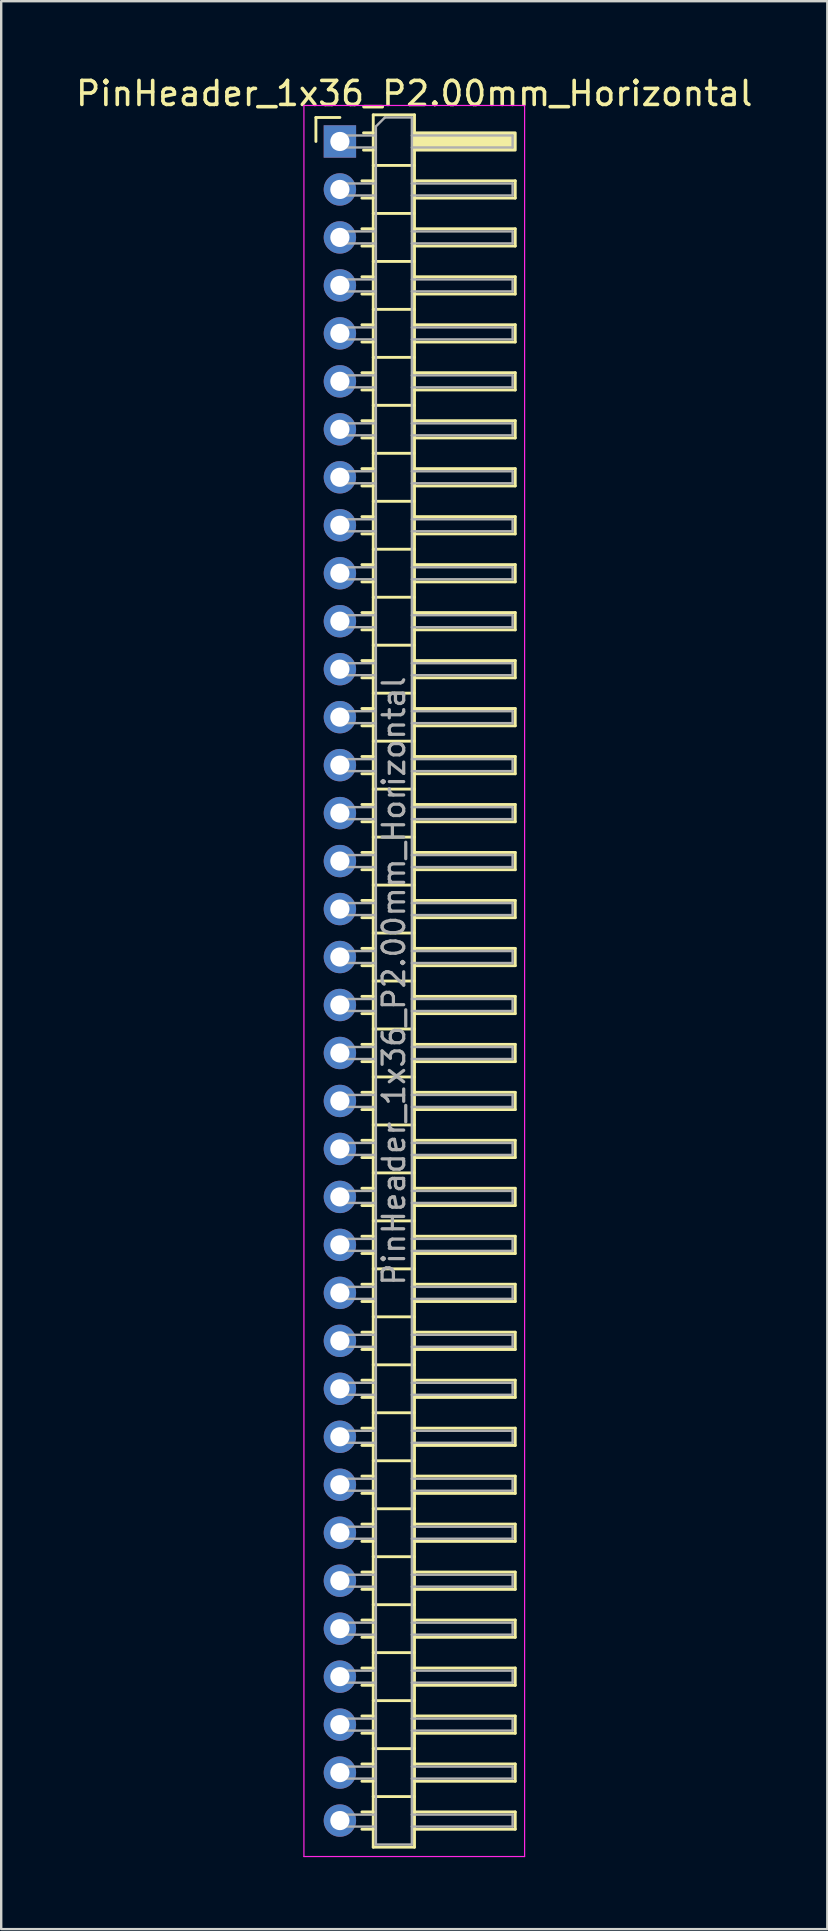
<source format=kicad_pcb>
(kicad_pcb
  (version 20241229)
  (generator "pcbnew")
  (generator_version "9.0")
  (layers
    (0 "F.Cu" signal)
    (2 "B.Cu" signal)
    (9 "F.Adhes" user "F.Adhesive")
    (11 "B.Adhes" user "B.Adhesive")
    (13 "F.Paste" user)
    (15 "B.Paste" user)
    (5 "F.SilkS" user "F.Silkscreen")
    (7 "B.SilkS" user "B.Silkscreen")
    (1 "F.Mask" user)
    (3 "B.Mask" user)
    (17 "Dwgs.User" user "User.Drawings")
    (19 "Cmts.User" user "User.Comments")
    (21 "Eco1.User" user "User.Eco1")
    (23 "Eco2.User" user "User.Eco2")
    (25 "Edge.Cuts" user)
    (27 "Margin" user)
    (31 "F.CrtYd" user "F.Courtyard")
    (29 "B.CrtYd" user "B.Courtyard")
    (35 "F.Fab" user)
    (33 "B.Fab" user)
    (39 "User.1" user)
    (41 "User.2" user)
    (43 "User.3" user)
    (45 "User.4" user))
  (footprint "PinHeader_1x36_P2.00mm_Horizontal"
    (layer "F.Cu")
    (at 11.12 2.848)
    (property "Reference" "PinHeader_1x36_P2.00mm_Horizontal" (at 3.1 -2 0) (layer "F.SilkS") (effects (font (size 1 1) (thickness 0.15))))
    (attr through_hole)
    (fp_line (start -1 -1) (end 0 -1) (stroke (width 0.12) (type solid)) (layer "F.SilkS"))
    (fp_line (start -1 0) (end -1 -1) (stroke (width 0.12) (type solid)) (layer "F.SilkS"))
    (fp_line (start 0.917 1.64) (end 1.39 1.64) (stroke (width 0.12) (type solid)) (layer "F.SilkS"))
    (fp_line (start 0.917 2.36) (end 1.39 2.36) (stroke (width 0.12) (type solid)) (layer "F.SilkS"))
    (fp_line (start 0.917 3.64) (end 1.39 3.64) (stroke (width 0.12) (type solid)) (layer "F.SilkS"))
    (fp_line (start 0.917 4.36) (end 1.39 4.36) (stroke (width 0.12) (type solid)) (layer "F.SilkS"))
    (fp_line (start 0.917 5.64) (end 1.39 5.64) (stroke (width 0.12) (type solid)) (layer "F.SilkS"))
    (fp_line (start 0.917 6.36) (end 1.39 6.36) (stroke (width 0.12) (type solid)) (layer "F.SilkS"))
    (fp_line (start 0.917 7.64) (end 1.39 7.64) (stroke (width 0.12) (type solid)) (layer "F.SilkS"))
    (fp_line (start 0.917 8.36) (end 1.39 8.36) (stroke (width 0.12) (type solid)) (layer "F.SilkS"))
    (fp_line (start 0.917 9.64) (end 1.39 9.64) (stroke (width 0.12) (type solid)) (layer "F.SilkS"))
    (fp_line (start 0.917 10.36) (end 1.39 10.36) (stroke (width 0.12) (type solid)) (layer "F.SilkS"))
    (fp_line (start 0.917 11.64) (end 1.39 11.64) (stroke (width 0.12) (type solid)) (layer "F.SilkS"))
    (fp_line (start 0.917 12.36) (end 1.39 12.36) (stroke (width 0.12) (type solid)) (layer "F.SilkS"))
    (fp_line (start 0.917 13.64) (end 1.39 13.64) (stroke (width 0.12) (type solid)) (layer "F.SilkS"))
    (fp_line (start 0.917 14.36) (end 1.39 14.36) (stroke (width 0.12) (type solid)) (layer "F.SilkS"))
    (fp_line (start 0.917 15.64) (end 1.39 15.64) (stroke (width 0.12) (type solid)) (layer "F.SilkS"))
    (fp_line (start 0.917 16.36) (end 1.39 16.36) (stroke (width 0.12) (type solid)) (layer "F.SilkS"))
    (fp_line (start 0.917 17.64) (end 1.39 17.64) (stroke (width 0.12) (type solid)) (layer "F.SilkS"))
    (fp_line (start 0.917 18.36) (end 1.39 18.36) (stroke (width 0.12) (type solid)) (layer "F.SilkS"))
    (fp_line (start 0.917 19.64) (end 1.39 19.64) (stroke (width 0.12) (type solid)) (layer "F.SilkS"))
    (fp_line (start 0.917 20.36) (end 1.39 20.36) (stroke (width 0.12) (type solid)) (layer "F.SilkS"))
    (fp_line (start 0.917 21.64) (end 1.39 21.64) (stroke (width 0.12) (type solid)) (layer "F.SilkS"))
    (fp_line (start 0.917 22.36) (end 1.39 22.36) (stroke (width 0.12) (type solid)) (layer "F.SilkS"))
    (fp_line (start 0.917 23.64) (end 1.39 23.64) (stroke (width 0.12) (type solid)) (layer "F.SilkS"))
    (fp_line (start 0.917 24.36) (end 1.39 24.36) (stroke (width 0.12) (type solid)) (layer "F.SilkS"))
    (fp_line (start 0.917 25.64) (end 1.39 25.64) (stroke (width 0.12) (type solid)) (layer "F.SilkS"))
    (fp_line (start 0.917 26.36) (end 1.39 26.36) (stroke (width 0.12) (type solid)) (layer "F.SilkS"))
    (fp_line (start 0.917 27.64) (end 1.39 27.64) (stroke (width 0.12) (type solid)) (layer "F.SilkS"))
    (fp_line (start 0.917 28.36) (end 1.39 28.36) (stroke (width 0.12) (type solid)) (layer "F.SilkS"))
    (fp_line (start 0.917 29.64) (end 1.39 29.64) (stroke (width 0.12) (type solid)) (layer "F.SilkS"))
    (fp_line (start 0.917 30.36) (end 1.39 30.36) (stroke (width 0.12) (type solid)) (layer "F.SilkS"))
    (fp_line (start 0.917 31.64) (end 1.39 31.64) (stroke (width 0.12) (type solid)) (layer "F.SilkS"))
    (fp_line (start 0.917 32.36) (end 1.39 32.36) (stroke (width 0.12) (type solid)) (layer "F.SilkS"))
    (fp_line (start 0.917 33.64) (end 1.39 33.64) (stroke (width 0.12) (type solid)) (layer "F.SilkS"))
    (fp_line (start 0.917 34.36) (end 1.39 34.36) (stroke (width 0.12) (type solid)) (layer "F.SilkS"))
    (fp_line (start 0.917 35.64) (end 1.39 35.64) (stroke (width 0.12) (type solid)) (layer "F.SilkS"))
    (fp_line (start 0.917 36.36) (end 1.39 36.36) (stroke (width 0.12) (type solid)) (layer "F.SilkS"))
    (fp_line (start 0.917 37.64) (end 1.39 37.64) (stroke (width 0.12) (type solid)) (layer "F.SilkS"))
    (fp_line (start 0.917 38.36) (end 1.39 38.36) (stroke (width 0.12) (type solid)) (layer "F.SilkS"))
    (fp_line (start 0.917 39.64) (end 1.39 39.64) (stroke (width 0.12) (type solid)) (layer "F.SilkS"))
    (fp_line (start 0.917 40.36) (end 1.39 40.36) (stroke (width 0.12) (type solid)) (layer "F.SilkS"))
    (fp_line (start 0.917 41.64) (end 1.39 41.64) (stroke (width 0.12) (type solid)) (layer "F.SilkS"))
    (fp_line (start 0.917 42.36) (end 1.39 42.36) (stroke (width 0.12) (type solid)) (layer "F.SilkS"))
    (fp_line (start 0.917 43.64) (end 1.39 43.64) (stroke (width 0.12) (type solid)) (layer "F.SilkS"))
    (fp_line (start 0.917 44.36) (end 1.39 44.36) (stroke (width 0.12) (type solid)) (layer "F.SilkS"))
    (fp_line (start 0.917 45.64) (end 1.39 45.64) (stroke (width 0.12) (type solid)) (layer "F.SilkS"))
    (fp_line (start 0.917 46.36) (end 1.39 46.36) (stroke (width 0.12) (type solid)) (layer "F.SilkS"))
    (fp_line (start 0.917 47.64) (end 1.39 47.64) (stroke (width 0.12) (type solid)) (layer "F.SilkS"))
    (fp_line (start 0.917 48.36) (end 1.39 48.36) (stroke (width 0.12) (type solid)) (layer "F.SilkS"))
    (fp_line (start 0.917 49.64) (end 1.39 49.64) (stroke (width 0.12) (type solid)) (layer "F.SilkS"))
    (fp_line (start 0.917 50.36) (end 1.39 50.36) (stroke (width 0.12) (type solid)) (layer "F.SilkS"))
    (fp_line (start 0.917 51.64) (end 1.39 51.64) (stroke (width 0.12) (type solid)) (layer "F.SilkS"))
    (fp_line (start 0.917 52.36) (end 1.39 52.36) (stroke (width 0.12) (type solid)) (layer "F.SilkS"))
    (fp_line (start 0.917 53.64) (end 1.39 53.64) (stroke (width 0.12) (type solid)) (layer "F.SilkS"))
    (fp_line (start 0.917 54.36) (end 1.39 54.36) (stroke (width 0.12) (type solid)) (layer "F.SilkS"))
    (fp_line (start 0.917 55.64) (end 1.39 55.64) (stroke (width 0.12) (type solid)) (layer "F.SilkS"))
    (fp_line (start 0.917 56.36) (end 1.39 56.36) (stroke (width 0.12) (type solid)) (layer "F.SilkS"))
    (fp_line (start 0.917 57.64) (end 1.39 57.64) (stroke (width 0.12) (type solid)) (layer "F.SilkS"))
    (fp_line (start 0.917 58.36) (end 1.39 58.36) (stroke (width 0.12) (type solid)) (layer "F.SilkS"))
    (fp_line (start 0.917 59.64) (end 1.39 59.64) (stroke (width 0.12) (type solid)) (layer "F.SilkS"))
    (fp_line (start 0.917 60.36) (end 1.39 60.36) (stroke (width 0.12) (type solid)) (layer "F.SilkS"))
    (fp_line (start 0.917 61.64) (end 1.39 61.64) (stroke (width 0.12) (type solid)) (layer "F.SilkS"))
    (fp_line (start 0.917 62.36) (end 1.39 62.36) (stroke (width 0.12) (type solid)) (layer "F.SilkS"))
    (fp_line (start 0.917 63.64) (end 1.39 63.64) (stroke (width 0.12) (type solid)) (layer "F.SilkS"))
    (fp_line (start 0.917 64.36) (end 1.39 64.36) (stroke (width 0.12) (type solid)) (layer "F.SilkS"))
    (fp_line (start 0.917 65.64) (end 1.39 65.64) (stroke (width 0.12) (type solid)) (layer "F.SilkS"))
    (fp_line (start 0.917 66.36) (end 1.39 66.36) (stroke (width 0.12) (type solid)) (layer "F.SilkS"))
    (fp_line (start 0.917 67.64) (end 1.39 67.64) (stroke (width 0.12) (type solid)) (layer "F.SilkS"))
    (fp_line (start 0.917 68.36) (end 1.39 68.36) (stroke (width 0.12) (type solid)) (layer "F.SilkS"))
    (fp_line (start 0.917 69.64) (end 1.39 69.64) (stroke (width 0.12) (type solid)) (layer "F.SilkS"))
    (fp_line (start 0.917 70.36) (end 1.39 70.36) (stroke (width 0.12) (type solid)) (layer "F.SilkS"))
    (fp_line (start 0.985 -0.36) (end 1.39 -0.36) (stroke (width 0.12) (type solid)) (layer "F.SilkS"))
    (fp_line (start 0.985 0.36) (end 1.39 0.36) (stroke (width 0.12) (type solid)) (layer "F.SilkS"))
    (fp_line (start 1.39 -1.11) (end 1.39 71.11) (stroke (width 0.12) (type solid)) (layer "F.SilkS"))
    (fp_line (start 1.39 1) (end 3.11 1) (stroke (width 0.12) (type solid)) (layer "F.SilkS"))
    (fp_line (start 1.39 3) (end 3.11 3) (stroke (width 0.12) (type solid)) (layer "F.SilkS"))
    (fp_line (start 1.39 5) (end 3.11 5) (stroke (width 0.12) (type solid)) (layer "F.SilkS"))
    (fp_line (start 1.39 7) (end 3.11 7) (stroke (width 0.12) (type solid)) (layer "F.SilkS"))
    (fp_line (start 1.39 9) (end 3.11 9) (stroke (width 0.12) (type solid)) (layer "F.SilkS"))
    (fp_line (start 1.39 11) (end 3.11 11) (stroke (width 0.12) (type solid)) (layer "F.SilkS"))
    (fp_line (start 1.39 13) (end 3.11 13) (stroke (width 0.12) (type solid)) (layer "F.SilkS"))
    (fp_line (start 1.39 15) (end 3.11 15) (stroke (width 0.12) (type solid)) (layer "F.SilkS"))
    (fp_line (start 1.39 17) (end 3.11 17) (stroke (width 0.12) (type solid)) (layer "F.SilkS"))
    (fp_line (start 1.39 19) (end 3.11 19) (stroke (width 0.12) (type solid)) (layer "F.SilkS"))
    (fp_line (start 1.39 21) (end 3.11 21) (stroke (width 0.12) (type solid)) (layer "F.SilkS"))
    (fp_line (start 1.39 23) (end 3.11 23) (stroke (width 0.12) (type solid)) (layer "F.SilkS"))
    (fp_line (start 1.39 25) (end 3.11 25) (stroke (width 0.12) (type solid)) (layer "F.SilkS"))
    (fp_line (start 1.39 27) (end 3.11 27) (stroke (width 0.12) (type solid)) (layer "F.SilkS"))
    (fp_line (start 1.39 29) (end 3.11 29) (stroke (width 0.12) (type solid)) (layer "F.SilkS"))
    (fp_line (start 1.39 31) (end 3.11 31) (stroke (width 0.12) (type solid)) (layer "F.SilkS"))
    (fp_line (start 1.39 33) (end 3.11 33) (stroke (width 0.12) (type solid)) (layer "F.SilkS"))
    (fp_line (start 1.39 35) (end 3.11 35) (stroke (width 0.12) (type solid)) (layer "F.SilkS"))
    (fp_line (start 1.39 37) (end 3.11 37) (stroke (width 0.12) (type solid)) (layer "F.SilkS"))
    (fp_line (start 1.39 39) (end 3.11 39) (stroke (width 0.12) (type solid)) (layer "F.SilkS"))
    (fp_line (start 1.39 41) (end 3.11 41) (stroke (width 0.12) (type solid)) (layer "F.SilkS"))
    (fp_line (start 1.39 43) (end 3.11 43) (stroke (width 0.12) (type solid)) (layer "F.SilkS"))
    (fp_line (start 1.39 45) (end 3.11 45) (stroke (width 0.12) (type solid)) (layer "F.SilkS"))
    (fp_line (start 1.39 47) (end 3.11 47) (stroke (width 0.12) (type solid)) (layer "F.SilkS"))
    (fp_line (start 1.39 49) (end 3.11 49) (stroke (width 0.12) (type solid)) (layer "F.SilkS"))
    (fp_line (start 1.39 51) (end 3.11 51) (stroke (width 0.12) (type solid)) (layer "F.SilkS"))
    (fp_line (start 1.39 53) (end 3.11 53) (stroke (width 0.12) (type solid)) (layer "F.SilkS"))
    (fp_line (start 1.39 55) (end 3.11 55) (stroke (width 0.12) (type solid)) (layer "F.SilkS"))
    (fp_line (start 1.39 57) (end 3.11 57) (stroke (width 0.12) (type solid)) (layer "F.SilkS"))
    (fp_line (start 1.39 59) (end 3.11 59) (stroke (width 0.12) (type solid)) (layer "F.SilkS"))
    (fp_line (start 1.39 61) (end 3.11 61) (stroke (width 0.12) (type solid)) (layer "F.SilkS"))
    (fp_line (start 1.39 63) (end 3.11 63) (stroke (width 0.12) (type solid)) (layer "F.SilkS"))
    (fp_line (start 1.39 65) (end 3.11 65) (stroke (width 0.12) (type solid)) (layer "F.SilkS"))
    (fp_line (start 1.39 67) (end 3.11 67) (stroke (width 0.12) (type solid)) (layer "F.SilkS"))
    (fp_line (start 1.39 69) (end 3.11 69) (stroke (width 0.12) (type solid)) (layer "F.SilkS"))
    (fp_line (start 1.39 71.11) (end 3.11 71.11) (stroke (width 0.12) (type solid)) (layer "F.SilkS"))
    (fp_line (start 3.11 -1.11) (end 1.39 -1.11) (stroke (width 0.12) (type solid)) (layer "F.SilkS"))
    (fp_line (start 3.11 1.64) (end 7.31 1.64) (stroke (width 0.12) (type solid)) (layer "F.SilkS"))
    (fp_line (start 3.11 3.64) (end 7.31 3.64) (stroke (width 0.12) (type solid)) (layer "F.SilkS"))
    (fp_line (start 3.11 5.64) (end 7.31 5.64) (stroke (width 0.12) (type solid)) (layer "F.SilkS"))
    (fp_line (start 3.11 7.64) (end 7.31 7.64) (stroke (width 0.12) (type solid)) (layer "F.SilkS"))
    (fp_line (start 3.11 9.64) (end 7.31 9.64) (stroke (width 0.12) (type solid)) (layer "F.SilkS"))
    (fp_line (start 3.11 11.64) (end 7.31 11.64) (stroke (width 0.12) (type solid)) (layer "F.SilkS"))
    (fp_line (start 3.11 13.64) (end 7.31 13.64) (stroke (width 0.12) (type solid)) (layer "F.SilkS"))
    (fp_line (start 3.11 15.64) (end 7.31 15.64) (stroke (width 0.12) (type solid)) (layer "F.SilkS"))
    (fp_line (start 3.11 17.64) (end 7.31 17.64) (stroke (width 0.12) (type solid)) (layer "F.SilkS"))
    (fp_line (start 3.11 19.64) (end 7.31 19.64) (stroke (width 0.12) (type solid)) (layer "F.SilkS"))
    (fp_line (start 3.11 21.64) (end 7.31 21.64) (stroke (width 0.12) (type solid)) (layer "F.SilkS"))
    (fp_line (start 3.11 23.64) (end 7.31 23.64) (stroke (width 0.12) (type solid)) (layer "F.SilkS"))
    (fp_line (start 3.11 25.64) (end 7.31 25.64) (stroke (width 0.12) (type solid)) (layer "F.SilkS"))
    (fp_line (start 3.11 27.64) (end 7.31 27.64) (stroke (width 0.12) (type solid)) (layer "F.SilkS"))
    (fp_line (start 3.11 29.64) (end 7.31 29.64) (stroke (width 0.12) (type solid)) (layer "F.SilkS"))
    (fp_line (start 3.11 31.64) (end 7.31 31.64) (stroke (width 0.12) (type solid)) (layer "F.SilkS"))
    (fp_line (start 3.11 33.64) (end 7.31 33.64) (stroke (width 0.12) (type solid)) (layer "F.SilkS"))
    (fp_line (start 3.11 35.64) (end 7.31 35.64) (stroke (width 0.12) (type solid)) (layer "F.SilkS"))
    (fp_line (start 3.11 37.64) (end 7.31 37.64) (stroke (width 0.12) (type solid)) (layer "F.SilkS"))
    (fp_line (start 3.11 39.64) (end 7.31 39.64) (stroke (width 0.12) (type solid)) (layer "F.SilkS"))
    (fp_line (start 3.11 41.64) (end 7.31 41.64) (stroke (width 0.12) (type solid)) (layer "F.SilkS"))
    (fp_line (start 3.11 43.64) (end 7.31 43.64) (stroke (width 0.12) (type solid)) (layer "F.SilkS"))
    (fp_line (start 3.11 45.64) (end 7.31 45.64) (stroke (width 0.12) (type solid)) (layer "F.SilkS"))
    (fp_line (start 3.11 47.64) (end 7.31 47.64) (stroke (width 0.12) (type solid)) (layer "F.SilkS"))
    (fp_line (start 3.11 49.64) (end 7.31 49.64) (stroke (width 0.12) (type solid)) (layer "F.SilkS"))
    (fp_line (start 3.11 51.64) (end 7.31 51.64) (stroke (width 0.12) (type solid)) (layer "F.SilkS"))
    (fp_line (start 3.11 53.64) (end 7.31 53.64) (stroke (width 0.12) (type solid)) (layer "F.SilkS"))
    (fp_line (start 3.11 55.64) (end 7.31 55.64) (stroke (width 0.12) (type solid)) (layer "F.SilkS"))
    (fp_line (start 3.11 57.64) (end 7.31 57.64) (stroke (width 0.12) (type solid)) (layer "F.SilkS"))
    (fp_line (start 3.11 59.64) (end 7.31 59.64) (stroke (width 0.12) (type solid)) (layer "F.SilkS"))
    (fp_line (start 3.11 61.64) (end 7.31 61.64) (stroke (width 0.12) (type solid)) (layer "F.SilkS"))
    (fp_line (start 3.11 63.64) (end 7.31 63.64) (stroke (width 0.12) (type solid)) (layer "F.SilkS"))
    (fp_line (start 3.11 65.64) (end 7.31 65.64) (stroke (width 0.12) (type solid)) (layer "F.SilkS"))
    (fp_line (start 3.11 67.64) (end 7.31 67.64) (stroke (width 0.12) (type solid)) (layer "F.SilkS"))
    (fp_line (start 3.11 69.64) (end 7.31 69.64) (stroke (width 0.12) (type solid)) (layer "F.SilkS"))
    (fp_line (start 3.11 71.11) (end 3.11 -1.11) (stroke (width 0.12) (type solid)) (layer "F.SilkS"))
    (fp_line (start 7.31 1.64) (end 7.31 2.36) (stroke (width 0.12) (type solid)) (layer "F.SilkS"))
    (fp_line (start 7.31 2.36) (end 3.11 2.36) (stroke (width 0.12) (type solid)) (layer "F.SilkS"))
    (fp_line (start 7.31 3.64) (end 7.31 4.36) (stroke (width 0.12) (type solid)) (layer "F.SilkS"))
    (fp_line (start 7.31 4.36) (end 3.11 4.36) (stroke (width 0.12) (type solid)) (layer "F.SilkS"))
    (fp_line (start 7.31 5.64) (end 7.31 6.36) (stroke (width 0.12) (type solid)) (layer "F.SilkS"))
    (fp_line (start 7.31 6.36) (end 3.11 6.36) (stroke (width 0.12) (type solid)) (layer "F.SilkS"))
    (fp_line (start 7.31 7.64) (end 7.31 8.36) (stroke (width 0.12) (type solid)) (layer "F.SilkS"))
    (fp_line (start 7.31 8.36) (end 3.11 8.36) (stroke (width 0.12) (type solid)) (layer "F.SilkS"))
    (fp_line (start 7.31 9.64) (end 7.31 10.36) (stroke (width 0.12) (type solid)) (layer "F.SilkS"))
    (fp_line (start 7.31 10.36) (end 3.11 10.36) (stroke (width 0.12) (type solid)) (layer "F.SilkS"))
    (fp_line (start 7.31 11.64) (end 7.31 12.36) (stroke (width 0.12) (type solid)) (layer "F.SilkS"))
    (fp_line (start 7.31 12.36) (end 3.11 12.36) (stroke (width 0.12) (type solid)) (layer "F.SilkS"))
    (fp_line (start 7.31 13.64) (end 7.31 14.36) (stroke (width 0.12) (type solid)) (layer "F.SilkS"))
    (fp_line (start 7.31 14.36) (end 3.11 14.36) (stroke (width 0.12) (type solid)) (layer "F.SilkS"))
    (fp_line (start 7.31 15.64) (end 7.31 16.36) (stroke (width 0.12) (type solid)) (layer "F.SilkS"))
    (fp_line (start 7.31 16.36) (end 3.11 16.36) (stroke (width 0.12) (type solid)) (layer "F.SilkS"))
    (fp_line (start 7.31 17.64) (end 7.31 18.36) (stroke (width 0.12) (type solid)) (layer "F.SilkS"))
    (fp_line (start 7.31 18.36) (end 3.11 18.36) (stroke (width 0.12) (type solid)) (layer "F.SilkS"))
    (fp_line (start 7.31 19.64) (end 7.31 20.36) (stroke (width 0.12) (type solid)) (layer "F.SilkS"))
    (fp_line (start 7.31 20.36) (end 3.11 20.36) (stroke (width 0.12) (type solid)) (layer "F.SilkS"))
    (fp_line (start 7.31 21.64) (end 7.31 22.36) (stroke (width 0.12) (type solid)) (layer "F.SilkS"))
    (fp_line (start 7.31 22.36) (end 3.11 22.36) (stroke (width 0.12) (type solid)) (layer "F.SilkS"))
    (fp_line (start 7.31 23.64) (end 7.31 24.36) (stroke (width 0.12) (type solid)) (layer "F.SilkS"))
    (fp_line (start 7.31 24.36) (end 3.11 24.36) (stroke (width 0.12) (type solid)) (layer "F.SilkS"))
    (fp_line (start 7.31 25.64) (end 7.31 26.36) (stroke (width 0.12) (type solid)) (layer "F.SilkS"))
    (fp_line (start 7.31 26.36) (end 3.11 26.36) (stroke (width 0.12) (type solid)) (layer "F.SilkS"))
    (fp_line (start 7.31 27.64) (end 7.31 28.36) (stroke (width 0.12) (type solid)) (layer "F.SilkS"))
    (fp_line (start 7.31 28.36) (end 3.11 28.36) (stroke (width 0.12) (type solid)) (layer "F.SilkS"))
    (fp_line (start 7.31 29.64) (end 7.31 30.36) (stroke (width 0.12) (type solid)) (layer "F.SilkS"))
    (fp_line (start 7.31 30.36) (end 3.11 30.36) (stroke (width 0.12) (type solid)) (layer "F.SilkS"))
    (fp_line (start 7.31 31.64) (end 7.31 32.36) (stroke (width 0.12) (type solid)) (layer "F.SilkS"))
    (fp_line (start 7.31 32.36) (end 3.11 32.36) (stroke (width 0.12) (type solid)) (layer "F.SilkS"))
    (fp_line (start 7.31 33.64) (end 7.31 34.36) (stroke (width 0.12) (type solid)) (layer "F.SilkS"))
    (fp_line (start 7.31 34.36) (end 3.11 34.36) (stroke (width 0.12) (type solid)) (layer "F.SilkS"))
    (fp_line (start 7.31 35.64) (end 7.31 36.36) (stroke (width 0.12) (type solid)) (layer "F.SilkS"))
    (fp_line (start 7.31 36.36) (end 3.11 36.36) (stroke (width 0.12) (type solid)) (layer "F.SilkS"))
    (fp_line (start 7.31 37.64) (end 7.31 38.36) (stroke (width 0.12) (type solid)) (layer "F.SilkS"))
    (fp_line (start 7.31 38.36) (end 3.11 38.36) (stroke (width 0.12) (type solid)) (layer "F.SilkS"))
    (fp_line (start 7.31 39.64) (end 7.31 40.36) (stroke (width 0.12) (type solid)) (layer "F.SilkS"))
    (fp_line (start 7.31 40.36) (end 3.11 40.36) (stroke (width 0.12) (type solid)) (layer "F.SilkS"))
    (fp_line (start 7.31 41.64) (end 7.31 42.36) (stroke (width 0.12) (type solid)) (layer "F.SilkS"))
    (fp_line (start 7.31 42.36) (end 3.11 42.36) (stroke (width 0.12) (type solid)) (layer "F.SilkS"))
    (fp_line (start 7.31 43.64) (end 7.31 44.36) (stroke (width 0.12) (type solid)) (layer "F.SilkS"))
    (fp_line (start 7.31 44.36) (end 3.11 44.36) (stroke (width 0.12) (type solid)) (layer "F.SilkS"))
    (fp_line (start 7.31 45.64) (end 7.31 46.36) (stroke (width 0.12) (type solid)) (layer "F.SilkS"))
    (fp_line (start 7.31 46.36) (end 3.11 46.36) (stroke (width 0.12) (type solid)) (layer "F.SilkS"))
    (fp_line (start 7.31 47.64) (end 7.31 48.36) (stroke (width 0.12) (type solid)) (layer "F.SilkS"))
    (fp_line (start 7.31 48.36) (end 3.11 48.36) (stroke (width 0.12) (type solid)) (layer "F.SilkS"))
    (fp_line (start 7.31 49.64) (end 7.31 50.36) (stroke (width 0.12) (type solid)) (layer "F.SilkS"))
    (fp_line (start 7.31 50.36) (end 3.11 50.36) (stroke (width 0.12) (type solid)) (layer "F.SilkS"))
    (fp_line (start 7.31 51.64) (end 7.31 52.36) (stroke (width 0.12) (type solid)) (layer "F.SilkS"))
    (fp_line (start 7.31 52.36) (end 3.11 52.36) (stroke (width 0.12) (type solid)) (layer "F.SilkS"))
    (fp_line (start 7.31 53.64) (end 7.31 54.36) (stroke (width 0.12) (type solid)) (layer "F.SilkS"))
    (fp_line (start 7.31 54.36) (end 3.11 54.36) (stroke (width 0.12) (type solid)) (layer "F.SilkS"))
    (fp_line (start 7.31 55.64) (end 7.31 56.36) (stroke (width 0.12) (type solid)) (layer "F.SilkS"))
    (fp_line (start 7.31 56.36) (end 3.11 56.36) (stroke (width 0.12) (type solid)) (layer "F.SilkS"))
    (fp_line (start 7.31 57.64) (end 7.31 58.36) (stroke (width 0.12) (type solid)) (layer "F.SilkS"))
    (fp_line (start 7.31 58.36) (end 3.11 58.36) (stroke (width 0.12) (type solid)) (layer "F.SilkS"))
    (fp_line (start 7.31 59.64) (end 7.31 60.36) (stroke (width 0.12) (type solid)) (layer "F.SilkS"))
    (fp_line (start 7.31 60.36) (end 3.11 60.36) (stroke (width 0.12) (type solid)) (layer "F.SilkS"))
    (fp_line (start 7.31 61.64) (end 7.31 62.36) (stroke (width 0.12) (type solid)) (layer "F.SilkS"))
    (fp_line (start 7.31 62.36) (end 3.11 62.36) (stroke (width 0.12) (type solid)) (layer "F.SilkS"))
    (fp_line (start 7.31 63.64) (end 7.31 64.36) (stroke (width 0.12) (type solid)) (layer "F.SilkS"))
    (fp_line (start 7.31 64.36) (end 3.11 64.36) (stroke (width 0.12) (type solid)) (layer "F.SilkS"))
    (fp_line (start 7.31 65.64) (end 7.31 66.36) (stroke (width 0.12) (type solid)) (layer "F.SilkS"))
    (fp_line (start 7.31 66.36) (end 3.11 66.36) (stroke (width 0.12) (type solid)) (layer "F.SilkS"))
    (fp_line (start 7.31 67.64) (end 7.31 68.36) (stroke (width 0.12) (type solid)) (layer "F.SilkS"))
    (fp_line (start 7.31 68.36) (end 3.11 68.36) (stroke (width 0.12) (type solid)) (layer "F.SilkS"))
    (fp_line (start 7.31 69.64) (end 7.31 70.36) (stroke (width 0.12) (type solid)) (layer "F.SilkS"))
    (fp_line (start 7.31 70.36) (end 3.11 70.36) (stroke (width 0.12) (type solid)) (layer "F.SilkS"))
    (fp_rect (start 3.11 -0.36) (end 7.31 0.36) (stroke (width 0.12) (type solid)) (fill yes) (layer "F.SilkS"))
    (fp_line (start -1.5 -1.5) (end -1.5 71.5) (stroke (width 0.05) (type solid)) (layer "F.CrtYd"))
    (fp_line (start -1.5 71.5) (end 7.7 71.5) (stroke (width 0.05) (type solid)) (layer "F.CrtYd"))
    (fp_line (start 7.7 -1.5) (end -1.5 -1.5) (stroke (width 0.05) (type solid)) (layer "F.CrtYd"))
    (fp_line (start 7.7 71.5) (end 7.7 -1.5) (stroke (width 0.05) (type solid)) (layer "F.CrtYd"))
    (fp_line (start -0.25 -0.25) (end -0.25 0.25) (stroke (width 0.1) (type solid)) (layer "F.Fab"))
    (fp_line (start -0.25 -0.25) (end 1.5 -0.25) (stroke (width 0.1) (type solid)) (layer "F.Fab"))
    (fp_line (start -0.25 0.25) (end 1.5 0.25) (stroke (width 0.1) (type solid)) (layer "F.Fab"))
    (fp_line (start -0.25 1.75) (end -0.25 2.25) (stroke (width 0.1) (type solid)) (layer "F.Fab"))
    (fp_line (start -0.25 1.75) (end 1.5 1.75) (stroke (width 0.1) (type solid)) (layer "F.Fab"))
    (fp_line (start -0.25 2.25) (end 1.5 2.25) (stroke (width 0.1) (type solid)) (layer "F.Fab"))
    (fp_line (start -0.25 3.75) (end -0.25 4.25) (stroke (width 0.1) (type solid)) (layer "F.Fab"))
    (fp_line (start -0.25 3.75) (end 1.5 3.75) (stroke (width 0.1) (type solid)) (layer "F.Fab"))
    (fp_line (start -0.25 4.25) (end 1.5 4.25) (stroke (width 0.1) (type solid)) (layer "F.Fab"))
    (fp_line (start -0.25 5.75) (end -0.25 6.25) (stroke (width 0.1) (type solid)) (layer "F.Fab"))
    (fp_line (start -0.25 5.75) (end 1.5 5.75) (stroke (width 0.1) (type solid)) (layer "F.Fab"))
    (fp_line (start -0.25 6.25) (end 1.5 6.25) (stroke (width 0.1) (type solid)) (layer "F.Fab"))
    (fp_line (start -0.25 7.75) (end -0.25 8.25) (stroke (width 0.1) (type solid)) (layer "F.Fab"))
    (fp_line (start -0.25 7.75) (end 1.5 7.75) (stroke (width 0.1) (type solid)) (layer "F.Fab"))
    (fp_line (start -0.25 8.25) (end 1.5 8.25) (stroke (width 0.1) (type solid)) (layer "F.Fab"))
    (fp_line (start -0.25 9.75) (end -0.25 10.25) (stroke (width 0.1) (type solid)) (layer "F.Fab"))
    (fp_line (start -0.25 9.75) (end 1.5 9.75) (stroke (width 0.1) (type solid)) (layer "F.Fab"))
    (fp_line (start -0.25 10.25) (end 1.5 10.25) (stroke (width 0.1) (type solid)) (layer "F.Fab"))
    (fp_line (start -0.25 11.75) (end -0.25 12.25) (stroke (width 0.1) (type solid)) (layer "F.Fab"))
    (fp_line (start -0.25 11.75) (end 1.5 11.75) (stroke (width 0.1) (type solid)) (layer "F.Fab"))
    (fp_line (start -0.25 12.25) (end 1.5 12.25) (stroke (width 0.1) (type solid)) (layer "F.Fab"))
    (fp_line (start -0.25 13.75) (end -0.25 14.25) (stroke (width 0.1) (type solid)) (layer "F.Fab"))
    (fp_line (start -0.25 13.75) (end 1.5 13.75) (stroke (width 0.1) (type solid)) (layer "F.Fab"))
    (fp_line (start -0.25 14.25) (end 1.5 14.25) (stroke (width 0.1) (type solid)) (layer "F.Fab"))
    (fp_line (start -0.25 15.75) (end -0.25 16.25) (stroke (width 0.1) (type solid)) (layer "F.Fab"))
    (fp_line (start -0.25 15.75) (end 1.5 15.75) (stroke (width 0.1) (type solid)) (layer "F.Fab"))
    (fp_line (start -0.25 16.25) (end 1.5 16.25) (stroke (width 0.1) (type solid)) (layer "F.Fab"))
    (fp_line (start -0.25 17.75) (end -0.25 18.25) (stroke (width 0.1) (type solid)) (layer "F.Fab"))
    (fp_line (start -0.25 17.75) (end 1.5 17.75) (stroke (width 0.1) (type solid)) (layer "F.Fab"))
    (fp_line (start -0.25 18.25) (end 1.5 18.25) (stroke (width 0.1) (type solid)) (layer "F.Fab"))
    (fp_line (start -0.25 19.75) (end -0.25 20.25) (stroke (width 0.1) (type solid)) (layer "F.Fab"))
    (fp_line (start -0.25 19.75) (end 1.5 19.75) (stroke (width 0.1) (type solid)) (layer "F.Fab"))
    (fp_line (start -0.25 20.25) (end 1.5 20.25) (stroke (width 0.1) (type solid)) (layer "F.Fab"))
    (fp_line (start -0.25 21.75) (end -0.25 22.25) (stroke (width 0.1) (type solid)) (layer "F.Fab"))
    (fp_line (start -0.25 21.75) (end 1.5 21.75) (stroke (width 0.1) (type solid)) (layer "F.Fab"))
    (fp_line (start -0.25 22.25) (end 1.5 22.25) (stroke (width 0.1) (type solid)) (layer "F.Fab"))
    (fp_line (start -0.25 23.75) (end -0.25 24.25) (stroke (width 0.1) (type solid)) (layer "F.Fab"))
    (fp_line (start -0.25 23.75) (end 1.5 23.75) (stroke (width 0.1) (type solid)) (layer "F.Fab"))
    (fp_line (start -0.25 24.25) (end 1.5 24.25) (stroke (width 0.1) (type solid)) (layer "F.Fab"))
    (fp_line (start -0.25 25.75) (end -0.25 26.25) (stroke (width 0.1) (type solid)) (layer "F.Fab"))
    (fp_line (start -0.25 25.75) (end 1.5 25.75) (stroke (width 0.1) (type solid)) (layer "F.Fab"))
    (fp_line (start -0.25 26.25) (end 1.5 26.25) (stroke (width 0.1) (type solid)) (layer "F.Fab"))
    (fp_line (start -0.25 27.75) (end -0.25 28.25) (stroke (width 0.1) (type solid)) (layer "F.Fab"))
    (fp_line (start -0.25 27.75) (end 1.5 27.75) (stroke (width 0.1) (type solid)) (layer "F.Fab"))
    (fp_line (start -0.25 28.25) (end 1.5 28.25) (stroke (width 0.1) (type solid)) (layer "F.Fab"))
    (fp_line (start -0.25 29.75) (end -0.25 30.25) (stroke (width 0.1) (type solid)) (layer "F.Fab"))
    (fp_line (start -0.25 29.75) (end 1.5 29.75) (stroke (width 0.1) (type solid)) (layer "F.Fab"))
    (fp_line (start -0.25 30.25) (end 1.5 30.25) (stroke (width 0.1) (type solid)) (layer "F.Fab"))
    (fp_line (start -0.25 31.75) (end -0.25 32.25) (stroke (width 0.1) (type solid)) (layer "F.Fab"))
    (fp_line (start -0.25 31.75) (end 1.5 31.75) (stroke (width 0.1) (type solid)) (layer "F.Fab"))
    (fp_line (start -0.25 32.25) (end 1.5 32.25) (stroke (width 0.1) (type solid)) (layer "F.Fab"))
    (fp_line (start -0.25 33.75) (end -0.25 34.25) (stroke (width 0.1) (type solid)) (layer "F.Fab"))
    (fp_line (start -0.25 33.75) (end 1.5 33.75) (stroke (width 0.1) (type solid)) (layer "F.Fab"))
    (fp_line (start -0.25 34.25) (end 1.5 34.25) (stroke (width 0.1) (type solid)) (layer "F.Fab"))
    (fp_line (start -0.25 35.75) (end -0.25 36.25) (stroke (width 0.1) (type solid)) (layer "F.Fab"))
    (fp_line (start -0.25 35.75) (end 1.5 35.75) (stroke (width 0.1) (type solid)) (layer "F.Fab"))
    (fp_line (start -0.25 36.25) (end 1.5 36.25) (stroke (width 0.1) (type solid)) (layer "F.Fab"))
    (fp_line (start -0.25 37.75) (end -0.25 38.25) (stroke (width 0.1) (type solid)) (layer "F.Fab"))
    (fp_line (start -0.25 37.75) (end 1.5 37.75) (stroke (width 0.1) (type solid)) (layer "F.Fab"))
    (fp_line (start -0.25 38.25) (end 1.5 38.25) (stroke (width 0.1) (type solid)) (layer "F.Fab"))
    (fp_line (start -0.25 39.75) (end -0.25 40.25) (stroke (width 0.1) (type solid)) (layer "F.Fab"))
    (fp_line (start -0.25 39.75) (end 1.5 39.75) (stroke (width 0.1) (type solid)) (layer "F.Fab"))
    (fp_line (start -0.25 40.25) (end 1.5 40.25) (stroke (width 0.1) (type solid)) (layer "F.Fab"))
    (fp_line (start -0.25 41.75) (end -0.25 42.25) (stroke (width 0.1) (type solid)) (layer "F.Fab"))
    (fp_line (start -0.25 41.75) (end 1.5 41.75) (stroke (width 0.1) (type solid)) (layer "F.Fab"))
    (fp_line (start -0.25 42.25) (end 1.5 42.25) (stroke (width 0.1) (type solid)) (layer "F.Fab"))
    (fp_line (start -0.25 43.75) (end -0.25 44.25) (stroke (width 0.1) (type solid)) (layer "F.Fab"))
    (fp_line (start -0.25 43.75) (end 1.5 43.75) (stroke (width 0.1) (type solid)) (layer "F.Fab"))
    (fp_line (start -0.25 44.25) (end 1.5 44.25) (stroke (width 0.1) (type solid)) (layer "F.Fab"))
    (fp_line (start -0.25 45.75) (end -0.25 46.25) (stroke (width 0.1) (type solid)) (layer "F.Fab"))
    (fp_line (start -0.25 45.75) (end 1.5 45.75) (stroke (width 0.1) (type solid)) (layer "F.Fab"))
    (fp_line (start -0.25 46.25) (end 1.5 46.25) (stroke (width 0.1) (type solid)) (layer "F.Fab"))
    (fp_line (start -0.25 47.75) (end -0.25 48.25) (stroke (width 0.1) (type solid)) (layer "F.Fab"))
    (fp_line (start -0.25 47.75) (end 1.5 47.75) (stroke (width 0.1) (type solid)) (layer "F.Fab"))
    (fp_line (start -0.25 48.25) (end 1.5 48.25) (stroke (width 0.1) (type solid)) (layer "F.Fab"))
    (fp_line (start -0.25 49.75) (end -0.25 50.25) (stroke (width 0.1) (type solid)) (layer "F.Fab"))
    (fp_line (start -0.25 49.75) (end 1.5 49.75) (stroke (width 0.1) (type solid)) (layer "F.Fab"))
    (fp_line (start -0.25 50.25) (end 1.5 50.25) (stroke (width 0.1) (type solid)) (layer "F.Fab"))
    (fp_line (start -0.25 51.75) (end -0.25 52.25) (stroke (width 0.1) (type solid)) (layer "F.Fab"))
    (fp_line (start -0.25 51.75) (end 1.5 51.75) (stroke (width 0.1) (type solid)) (layer "F.Fab"))
    (fp_line (start -0.25 52.25) (end 1.5 52.25) (stroke (width 0.1) (type solid)) (layer "F.Fab"))
    (fp_line (start -0.25 53.75) (end -0.25 54.25) (stroke (width 0.1) (type solid)) (layer "F.Fab"))
    (fp_line (start -0.25 53.75) (end 1.5 53.75) (stroke (width 0.1) (type solid)) (layer "F.Fab"))
    (fp_line (start -0.25 54.25) (end 1.5 54.25) (stroke (width 0.1) (type solid)) (layer "F.Fab"))
    (fp_line (start -0.25 55.75) (end -0.25 56.25) (stroke (width 0.1) (type solid)) (layer "F.Fab"))
    (fp_line (start -0.25 55.75) (end 1.5 55.75) (stroke (width 0.1) (type solid)) (layer "F.Fab"))
    (fp_line (start -0.25 56.25) (end 1.5 56.25) (stroke (width 0.1) (type solid)) (layer "F.Fab"))
    (fp_line (start -0.25 57.75) (end -0.25 58.25) (stroke (width 0.1) (type solid)) (layer "F.Fab"))
    (fp_line (start -0.25 57.75) (end 1.5 57.75) (stroke (width 0.1) (type solid)) (layer "F.Fab"))
    (fp_line (start -0.25 58.25) (end 1.5 58.25) (stroke (width 0.1) (type solid)) (layer "F.Fab"))
    (fp_line (start -0.25 59.75) (end -0.25 60.25) (stroke (width 0.1) (type solid)) (layer "F.Fab"))
    (fp_line (start -0.25 59.75) (end 1.5 59.75) (stroke (width 0.1) (type solid)) (layer "F.Fab"))
    (fp_line (start -0.25 60.25) (end 1.5 60.25) (stroke (width 0.1) (type solid)) (layer "F.Fab"))
    (fp_line (start -0.25 61.75) (end -0.25 62.25) (stroke (width 0.1) (type solid)) (layer "F.Fab"))
    (fp_line (start -0.25 61.75) (end 1.5 61.75) (stroke (width 0.1) (type solid)) (layer "F.Fab"))
    (fp_line (start -0.25 62.25) (end 1.5 62.25) (stroke (width 0.1) (type solid)) (layer "F.Fab"))
    (fp_line (start -0.25 63.75) (end -0.25 64.25) (stroke (width 0.1) (type solid)) (layer "F.Fab"))
    (fp_line (start -0.25 63.75) (end 1.5 63.75) (stroke (width 0.1) (type solid)) (layer "F.Fab"))
    (fp_line (start -0.25 64.25) (end 1.5 64.25) (stroke (width 0.1) (type solid)) (layer "F.Fab"))
    (fp_line (start -0.25 65.75) (end -0.25 66.25) (stroke (width 0.1) (type solid)) (layer "F.Fab"))
    (fp_line (start -0.25 65.75) (end 1.5 65.75) (stroke (width 0.1) (type solid)) (layer "F.Fab"))
    (fp_line (start -0.25 66.25) (end 1.5 66.25) (stroke (width 0.1) (type solid)) (layer "F.Fab"))
    (fp_line (start -0.25 67.75) (end -0.25 68.25) (stroke (width 0.1) (type solid)) (layer "F.Fab"))
    (fp_line (start -0.25 67.75) (end 1.5 67.75) (stroke (width 0.1) (type solid)) (layer "F.Fab"))
    (fp_line (start -0.25 68.25) (end 1.5 68.25) (stroke (width 0.1) (type solid)) (layer "F.Fab"))
    (fp_line (start -0.25 69.75) (end -0.25 70.25) (stroke (width 0.1) (type solid)) (layer "F.Fab"))
    (fp_line (start -0.25 69.75) (end 1.5 69.75) (stroke (width 0.1) (type solid)) (layer "F.Fab"))
    (fp_line (start -0.25 70.25) (end 1.5 70.25) (stroke (width 0.1) (type solid)) (layer "F.Fab"))
    (fp_line (start 1.5 -0.625) (end 1.875 -1) (stroke (width 0.1) (type solid)) (layer "F.Fab"))
    (fp_line (start 1.5 71) (end 1.5 -0.625) (stroke (width 0.1) (type solid)) (layer "F.Fab"))
    (fp_line (start 1.875 -1) (end 3 -1) (stroke (width 0.1) (type solid)) (layer "F.Fab"))
    (fp_line (start 3 -1) (end 3 71) (stroke (width 0.1) (type solid)) (layer "F.Fab"))
    (fp_line (start 3 -0.25) (end 7.2 -0.25) (stroke (width 0.1) (type solid)) (layer "F.Fab"))
    (fp_line (start 3 0.25) (end 7.2 0.25) (stroke (width 0.1) (type solid)) (layer "F.Fab"))
    (fp_line (start 3 1.75) (end 7.2 1.75) (stroke (width 0.1) (type solid)) (layer "F.Fab"))
    (fp_line (start 3 2.25) (end 7.2 2.25) (stroke (width 0.1) (type solid)) (layer "F.Fab"))
    (fp_line (start 3 3.75) (end 7.2 3.75) (stroke (width 0.1) (type solid)) (layer "F.Fab"))
    (fp_line (start 3 4.25) (end 7.2 4.25) (stroke (width 0.1) (type solid)) (layer "F.Fab"))
    (fp_line (start 3 5.75) (end 7.2 5.75) (stroke (width 0.1) (type solid)) (layer "F.Fab"))
    (fp_line (start 3 6.25) (end 7.2 6.25) (stroke (width 0.1) (type solid)) (layer "F.Fab"))
    (fp_line (start 3 7.75) (end 7.2 7.75) (stroke (width 0.1) (type solid)) (layer "F.Fab"))
    (fp_line (start 3 8.25) (end 7.2 8.25) (stroke (width 0.1) (type solid)) (layer "F.Fab"))
    (fp_line (start 3 9.75) (end 7.2 9.75) (stroke (width 0.1) (type solid)) (layer "F.Fab"))
    (fp_line (start 3 10.25) (end 7.2 10.25) (stroke (width 0.1) (type solid)) (layer "F.Fab"))
    (fp_line (start 3 11.75) (end 7.2 11.75) (stroke (width 0.1) (type solid)) (layer "F.Fab"))
    (fp_line (start 3 12.25) (end 7.2 12.25) (stroke (width 0.1) (type solid)) (layer "F.Fab"))
    (fp_line (start 3 13.75) (end 7.2 13.75) (stroke (width 0.1) (type solid)) (layer "F.Fab"))
    (fp_line (start 3 14.25) (end 7.2 14.25) (stroke (width 0.1) (type solid)) (layer "F.Fab"))
    (fp_line (start 3 15.75) (end 7.2 15.75) (stroke (width 0.1) (type solid)) (layer "F.Fab"))
    (fp_line (start 3 16.25) (end 7.2 16.25) (stroke (width 0.1) (type solid)) (layer "F.Fab"))
    (fp_line (start 3 17.75) (end 7.2 17.75) (stroke (width 0.1) (type solid)) (layer "F.Fab"))
    (fp_line (start 3 18.25) (end 7.2 18.25) (stroke (width 0.1) (type solid)) (layer "F.Fab"))
    (fp_line (start 3 19.75) (end 7.2 19.75) (stroke (width 0.1) (type solid)) (layer "F.Fab"))
    (fp_line (start 3 20.25) (end 7.2 20.25) (stroke (width 0.1) (type solid)) (layer "F.Fab"))
    (fp_line (start 3 21.75) (end 7.2 21.75) (stroke (width 0.1) (type solid)) (layer "F.Fab"))
    (fp_line (start 3 22.25) (end 7.2 22.25) (stroke (width 0.1) (type solid)) (layer "F.Fab"))
    (fp_line (start 3 23.75) (end 7.2 23.75) (stroke (width 0.1) (type solid)) (layer "F.Fab"))
    (fp_line (start 3 24.25) (end 7.2 24.25) (stroke (width 0.1) (type solid)) (layer "F.Fab"))
    (fp_line (start 3 25.75) (end 7.2 25.75) (stroke (width 0.1) (type solid)) (layer "F.Fab"))
    (fp_line (start 3 26.25) (end 7.2 26.25) (stroke (width 0.1) (type solid)) (layer "F.Fab"))
    (fp_line (start 3 27.75) (end 7.2 27.75) (stroke (width 0.1) (type solid)) (layer "F.Fab"))
    (fp_line (start 3 28.25) (end 7.2 28.25) (stroke (width 0.1) (type solid)) (layer "F.Fab"))
    (fp_line (start 3 29.75) (end 7.2 29.75) (stroke (width 0.1) (type solid)) (layer "F.Fab"))
    (fp_line (start 3 30.25) (end 7.2 30.25) (stroke (width 0.1) (type solid)) (layer "F.Fab"))
    (fp_line (start 3 31.75) (end 7.2 31.75) (stroke (width 0.1) (type solid)) (layer "F.Fab"))
    (fp_line (start 3 32.25) (end 7.2 32.25) (stroke (width 0.1) (type solid)) (layer "F.Fab"))
    (fp_line (start 3 33.75) (end 7.2 33.75) (stroke (width 0.1) (type solid)) (layer "F.Fab"))
    (fp_line (start 3 34.25) (end 7.2 34.25) (stroke (width 0.1) (type solid)) (layer "F.Fab"))
    (fp_line (start 3 35.75) (end 7.2 35.75) (stroke (width 0.1) (type solid)) (layer "F.Fab"))
    (fp_line (start 3 36.25) (end 7.2 36.25) (stroke (width 0.1) (type solid)) (layer "F.Fab"))
    (fp_line (start 3 37.75) (end 7.2 37.75) (stroke (width 0.1) (type solid)) (layer "F.Fab"))
    (fp_line (start 3 38.25) (end 7.2 38.25) (stroke (width 0.1) (type solid)) (layer "F.Fab"))
    (fp_line (start 3 39.75) (end 7.2 39.75) (stroke (width 0.1) (type solid)) (layer "F.Fab"))
    (fp_line (start 3 40.25) (end 7.2 40.25) (stroke (width 0.1) (type solid)) (layer "F.Fab"))
    (fp_line (start 3 41.75) (end 7.2 41.75) (stroke (width 0.1) (type solid)) (layer "F.Fab"))
    (fp_line (start 3 42.25) (end 7.2 42.25) (stroke (width 0.1) (type solid)) (layer "F.Fab"))
    (fp_line (start 3 43.75) (end 7.2 43.75) (stroke (width 0.1) (type solid)) (layer "F.Fab"))
    (fp_line (start 3 44.25) (end 7.2 44.25) (stroke (width 0.1) (type solid)) (layer "F.Fab"))
    (fp_line (start 3 45.75) (end 7.2 45.75) (stroke (width 0.1) (type solid)) (layer "F.Fab"))
    (fp_line (start 3 46.25) (end 7.2 46.25) (stroke (width 0.1) (type solid)) (layer "F.Fab"))
    (fp_line (start 3 47.75) (end 7.2 47.75) (stroke (width 0.1) (type solid)) (layer "F.Fab"))
    (fp_line (start 3 48.25) (end 7.2 48.25) (stroke (width 0.1) (type solid)) (layer "F.Fab"))
    (fp_line (start 3 49.75) (end 7.2 49.75) (stroke (width 0.1) (type solid)) (layer "F.Fab"))
    (fp_line (start 3 50.25) (end 7.2 50.25) (stroke (width 0.1) (type solid)) (layer "F.Fab"))
    (fp_line (start 3 51.75) (end 7.2 51.75) (stroke (width 0.1) (type solid)) (layer "F.Fab"))
    (fp_line (start 3 52.25) (end 7.2 52.25) (stroke (width 0.1) (type solid)) (layer "F.Fab"))
    (fp_line (start 3 53.75) (end 7.2 53.75) (stroke (width 0.1) (type solid)) (layer "F.Fab"))
    (fp_line (start 3 54.25) (end 7.2 54.25) (stroke (width 0.1) (type solid)) (layer "F.Fab"))
    (fp_line (start 3 55.75) (end 7.2 55.75) (stroke (width 0.1) (type solid)) (layer "F.Fab"))
    (fp_line (start 3 56.25) (end 7.2 56.25) (stroke (width 0.1) (type solid)) (layer "F.Fab"))
    (fp_line (start 3 57.75) (end 7.2 57.75) (stroke (width 0.1) (type solid)) (layer "F.Fab"))
    (fp_line (start 3 58.25) (end 7.2 58.25) (stroke (width 0.1) (type solid)) (layer "F.Fab"))
    (fp_line (start 3 59.75) (end 7.2 59.75) (stroke (width 0.1) (type solid)) (layer "F.Fab"))
    (fp_line (start 3 60.25) (end 7.2 60.25) (stroke (width 0.1) (type solid)) (layer "F.Fab"))
    (fp_line (start 3 61.75) (end 7.2 61.75) (stroke (width 0.1) (type solid)) (layer "F.Fab"))
    (fp_line (start 3 62.25) (end 7.2 62.25) (stroke (width 0.1) (type solid)) (layer "F.Fab"))
    (fp_line (start 3 63.75) (end 7.2 63.75) (stroke (width 0.1) (type solid)) (layer "F.Fab"))
    (fp_line (start 3 64.25) (end 7.2 64.25) (stroke (width 0.1) (type solid)) (layer "F.Fab"))
    (fp_line (start 3 65.75) (end 7.2 65.75) (stroke (width 0.1) (type solid)) (layer "F.Fab"))
    (fp_line (start 3 66.25) (end 7.2 66.25) (stroke (width 0.1) (type solid)) (layer "F.Fab"))
    (fp_line (start 3 67.75) (end 7.2 67.75) (stroke (width 0.1) (type solid)) (layer "F.Fab"))
    (fp_line (start 3 68.25) (end 7.2 68.25) (stroke (width 0.1) (type solid)) (layer "F.Fab"))
    (fp_line (start 3 69.75) (end 7.2 69.75) (stroke (width 0.1) (type solid)) (layer "F.Fab"))
    (fp_line (start 3 70.25) (end 7.2 70.25) (stroke (width 0.1) (type solid)) (layer "F.Fab"))
    (fp_line (start 3 71) (end 1.5 71) (stroke (width 0.1) (type solid)) (layer "F.Fab"))
    (fp_line (start 7.2 -0.25) (end 7.2 0.25) (stroke (width 0.1) (type solid)) (layer "F.Fab"))
    (fp_line (start 7.2 1.75) (end 7.2 2.25) (stroke (width 0.1) (type solid)) (layer "F.Fab"))
    (fp_line (start 7.2 3.75) (end 7.2 4.25) (stroke (width 0.1) (type solid)) (layer "F.Fab"))
    (fp_line (start 7.2 5.75) (end 7.2 6.25) (stroke (width 0.1) (type solid)) (layer "F.Fab"))
    (fp_line (start 7.2 7.75) (end 7.2 8.25) (stroke (width 0.1) (type solid)) (layer "F.Fab"))
    (fp_line (start 7.2 9.75) (end 7.2 10.25) (stroke (width 0.1) (type solid)) (layer "F.Fab"))
    (fp_line (start 7.2 11.75) (end 7.2 12.25) (stroke (width 0.1) (type solid)) (layer "F.Fab"))
    (fp_line (start 7.2 13.75) (end 7.2 14.25) (stroke (width 0.1) (type solid)) (layer "F.Fab"))
    (fp_line (start 7.2 15.75) (end 7.2 16.25) (stroke (width 0.1) (type solid)) (layer "F.Fab"))
    (fp_line (start 7.2 17.75) (end 7.2 18.25) (stroke (width 0.1) (type solid)) (layer "F.Fab"))
    (fp_line (start 7.2 19.75) (end 7.2 20.25) (stroke (width 0.1) (type solid)) (layer "F.Fab"))
    (fp_line (start 7.2 21.75) (end 7.2 22.25) (stroke (width 0.1) (type solid)) (layer "F.Fab"))
    (fp_line (start 7.2 23.75) (end 7.2 24.25) (stroke (width 0.1) (type solid)) (layer "F.Fab"))
    (fp_line (start 7.2 25.75) (end 7.2 26.25) (stroke (width 0.1) (type solid)) (layer "F.Fab"))
    (fp_line (start 7.2 27.75) (end 7.2 28.25) (stroke (width 0.1) (type solid)) (layer "F.Fab"))
    (fp_line (start 7.2 29.75) (end 7.2 30.25) (stroke (width 0.1) (type solid)) (layer "F.Fab"))
    (fp_line (start 7.2 31.75) (end 7.2 32.25) (stroke (width 0.1) (type solid)) (layer "F.Fab"))
    (fp_line (start 7.2 33.75) (end 7.2 34.25) (stroke (width 0.1) (type solid)) (layer "F.Fab"))
    (fp_line (start 7.2 35.75) (end 7.2 36.25) (stroke (width 0.1) (type solid)) (layer "F.Fab"))
    (fp_line (start 7.2 37.75) (end 7.2 38.25) (stroke (width 0.1) (type solid)) (layer "F.Fab"))
    (fp_line (start 7.2 39.75) (end 7.2 40.25) (stroke (width 0.1) (type solid)) (layer "F.Fab"))
    (fp_line (start 7.2 41.75) (end 7.2 42.25) (stroke (width 0.1) (type solid)) (layer "F.Fab"))
    (fp_line (start 7.2 43.75) (end 7.2 44.25) (stroke (width 0.1) (type solid)) (layer "F.Fab"))
    (fp_line (start 7.2 45.75) (end 7.2 46.25) (stroke (width 0.1) (type solid)) (layer "F.Fab"))
    (fp_line (start 7.2 47.75) (end 7.2 48.25) (stroke (width 0.1) (type solid)) (layer "F.Fab"))
    (fp_line (start 7.2 49.75) (end 7.2 50.25) (stroke (width 0.1) (type solid)) (layer "F.Fab"))
    (fp_line (start 7.2 51.75) (end 7.2 52.25) (stroke (width 0.1) (type solid)) (layer "F.Fab"))
    (fp_line (start 7.2 53.75) (end 7.2 54.25) (stroke (width 0.1) (type solid)) (layer "F.Fab"))
    (fp_line (start 7.2 55.75) (end 7.2 56.25) (stroke (width 0.1) (type solid)) (layer "F.Fab"))
    (fp_line (start 7.2 57.75) (end 7.2 58.25) (stroke (width 0.1) (type solid)) (layer "F.Fab"))
    (fp_line (start 7.2 59.75) (end 7.2 60.25) (stroke (width 0.1) (type solid)) (layer "F.Fab"))
    (fp_line (start 7.2 61.75) (end 7.2 62.25) (stroke (width 0.1) (type solid)) (layer "F.Fab"))
    (fp_line (start 7.2 63.75) (end 7.2 64.25) (stroke (width 0.1) (type solid)) (layer "F.Fab"))
    (fp_line (start 7.2 65.75) (end 7.2 66.25) (stroke (width 0.1) (type solid)) (layer "F.Fab"))
    (fp_line (start 7.2 67.75) (end 7.2 68.25) (stroke (width 0.1) (type solid)) (layer "F.Fab"))
    (fp_line (start 7.2 69.75) (end 7.2 70.25) (stroke (width 0.1) (type solid)) (layer "F.Fab"))
    (fp_text user "${REFERENCE}" (at 2.25 35 90) (layer "F.Fab") (effects (font (size 0.9 0.9) (thickness 0.135))))
    (pad "1" thru_hole rect (at 0 0) (size 1.35 1.35) (drill 0.8) (layers "*.Cu" "*.Mask"))
    (pad "2" thru_hole circle (at 0 2) (size 1.35 1.35) (drill 0.8) (layers "*.Cu" "*.Mask"))
    (pad "3" thru_hole circle (at 0 4) (size 1.35 1.35) (drill 0.8) (layers "*.Cu" "*.Mask"))
    (pad "4" thru_hole circle (at 0 6) (size 1.35 1.35) (drill 0.8) (layers "*.Cu" "*.Mask"))
    (pad "5" thru_hole circle (at 0 8) (size 1.35 1.35) (drill 0.8) (layers "*.Cu" "*.Mask"))
    (pad "6" thru_hole circle (at 0 10) (size 1.35 1.35) (drill 0.8) (layers "*.Cu" "*.Mask"))
    (pad "7" thru_hole circle (at 0 12) (size 1.35 1.35) (drill 0.8) (layers "*.Cu" "*.Mask"))
    (pad "8" thru_hole circle (at 0 14) (size 1.35 1.35) (drill 0.8) (layers "*.Cu" "*.Mask"))
    (pad "9" thru_hole circle (at 0 16) (size 1.35 1.35) (drill 0.8) (layers "*.Cu" "*.Mask"))
    (pad "10" thru_hole circle (at 0 18) (size 1.35 1.35) (drill 0.8) (layers "*.Cu" "*.Mask"))
    (pad "11" thru_hole circle (at 0 20) (size 1.35 1.35) (drill 0.8) (layers "*.Cu" "*.Mask"))
    (pad "12" thru_hole circle (at 0 22) (size 1.35 1.35) (drill 0.8) (layers "*.Cu" "*.Mask"))
    (pad "13" thru_hole circle (at 0 24) (size 1.35 1.35) (drill 0.8) (layers "*.Cu" "*.Mask"))
    (pad "14" thru_hole circle (at 0 26) (size 1.35 1.35) (drill 0.8) (layers "*.Cu" "*.Mask"))
    (pad "15" thru_hole circle (at 0 28) (size 1.35 1.35) (drill 0.8) (layers "*.Cu" "*.Mask"))
    (pad "16" thru_hole circle (at 0 30) (size 1.35 1.35) (drill 0.8) (layers "*.Cu" "*.Mask"))
    (pad "17" thru_hole circle (at 0 32) (size 1.35 1.35) (drill 0.8) (layers "*.Cu" "*.Mask"))
    (pad "18" thru_hole circle (at 0 34) (size 1.35 1.35) (drill 0.8) (layers "*.Cu" "*.Mask"))
    (pad "19" thru_hole circle (at 0 36) (size 1.35 1.35) (drill 0.8) (layers "*.Cu" "*.Mask"))
    (pad "20" thru_hole circle (at 0 38) (size 1.35 1.35) (drill 0.8) (layers "*.Cu" "*.Mask"))
    (pad "21" thru_hole circle (at 0 40) (size 1.35 1.35) (drill 0.8) (layers "*.Cu" "*.Mask"))
    (pad "22" thru_hole circle (at 0 42) (size 1.35 1.35) (drill 0.8) (layers "*.Cu" "*.Mask"))
    (pad "23" thru_hole circle (at 0 44) (size 1.35 1.35) (drill 0.8) (layers "*.Cu" "*.Mask"))
    (pad "24" thru_hole circle (at 0 46) (size 1.35 1.35) (drill 0.8) (layers "*.Cu" "*.Mask"))
    (pad "25" thru_hole circle (at 0 48) (size 1.35 1.35) (drill 0.8) (layers "*.Cu" "*.Mask"))
    (pad "26" thru_hole circle (at 0 50) (size 1.35 1.35) (drill 0.8) (layers "*.Cu" "*.Mask"))
    (pad "27" thru_hole circle (at 0 52) (size 1.35 1.35) (drill 0.8) (layers "*.Cu" "*.Mask"))
    (pad "28" thru_hole circle (at 0 54) (size 1.35 1.35) (drill 0.8) (layers "*.Cu" "*.Mask"))
    (pad "29" thru_hole circle (at 0 56) (size 1.35 1.35) (drill 0.8) (layers "*.Cu" "*.Mask"))
    (pad "30" thru_hole circle (at 0 58) (size 1.35 1.35) (drill 0.8) (layers "*.Cu" "*.Mask"))
    (pad "31" thru_hole circle (at 0 60) (size 1.35 1.35) (drill 0.8) (layers "*.Cu" "*.Mask"))
    (pad "32" thru_hole circle (at 0 62) (size 1.35 1.35) (drill 0.8) (layers "*.Cu" "*.Mask"))
    (pad "33" thru_hole circle (at 0 64) (size 1.35 1.35) (drill 0.8) (layers "*.Cu" "*.Mask"))
    (pad "34" thru_hole circle (at 0 66) (size 1.35 1.35) (drill 0.8) (layers "*.Cu" "*.Mask"))
    (pad "35" thru_hole circle (at 0 68) (size 1.35 1.35) (drill 0.8) (layers "*.Cu" "*.Mask"))
    (pad "36" thru_hole circle (at 0 70) (size 1.35 1.35) (drill 0.8) (layers "*.Cu" "*.Mask")))
  (gr_rect
    (start -3 -3)
    (end 31.44 77.373)
    (stroke (width 0.1) (type default))
    (fill no)
    (layer "Edge.Cuts")))
</source>
